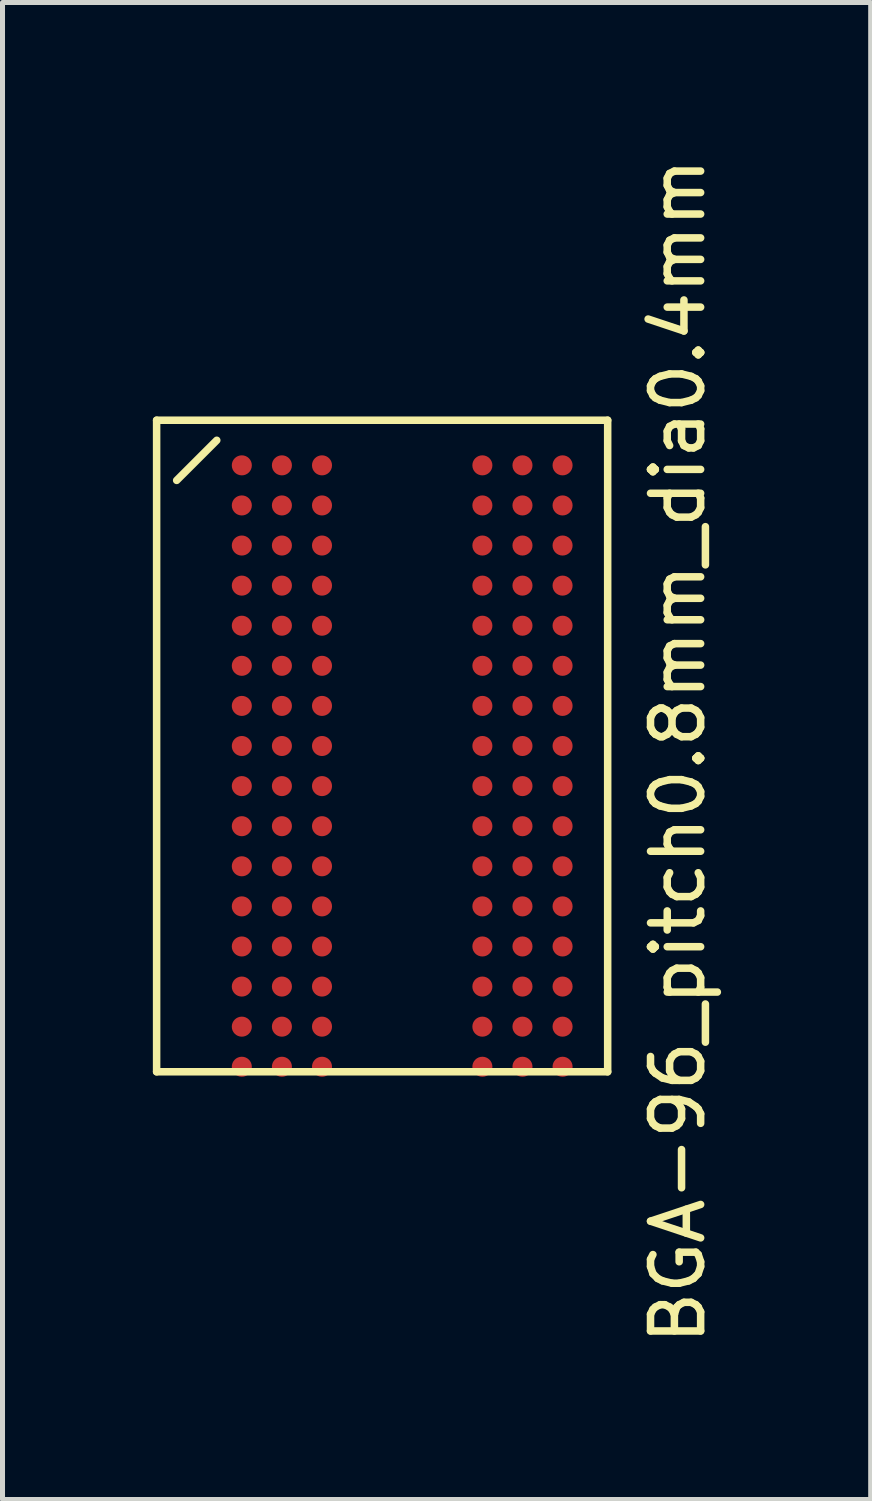
<source format=kicad_pcb>
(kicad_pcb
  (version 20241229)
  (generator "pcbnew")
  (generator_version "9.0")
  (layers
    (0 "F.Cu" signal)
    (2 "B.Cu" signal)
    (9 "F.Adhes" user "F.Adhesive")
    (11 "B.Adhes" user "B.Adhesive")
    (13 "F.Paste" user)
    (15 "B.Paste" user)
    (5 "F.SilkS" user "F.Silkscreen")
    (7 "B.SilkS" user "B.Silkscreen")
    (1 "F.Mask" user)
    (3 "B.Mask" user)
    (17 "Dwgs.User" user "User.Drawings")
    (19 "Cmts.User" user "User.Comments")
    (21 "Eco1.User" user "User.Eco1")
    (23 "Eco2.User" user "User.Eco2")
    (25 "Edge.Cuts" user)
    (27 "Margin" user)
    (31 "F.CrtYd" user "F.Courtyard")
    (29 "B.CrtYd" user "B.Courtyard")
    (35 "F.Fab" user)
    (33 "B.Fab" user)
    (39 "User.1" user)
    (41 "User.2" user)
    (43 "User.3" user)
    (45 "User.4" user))
  (footprint "BGA-96_pitch0.8mm_dia0.4mm"
    (layer "F.Cu")
    (at 4.575 11.835)
    (property "Reference" "BGA-96_pitch0.8mm_dia0.4mm" (at 5.9 0.1 90) (layer "F.SilkS") (effects (font (size 1 1) (thickness 0.15))))
    (attr smd)
    (fp_line (start -4.5 -6.5) (end 4.5 -6.5) (stroke (width 0.15) (type solid)) (layer "F.SilkS"))
    (fp_line (start -4.5 6.5) (end -4.5 -6.5) (stroke (width 0.15) (type solid)) (layer "F.SilkS"))
    (fp_line (start -4.1 -5.3) (end -3.3 -6.1) (stroke (width 0.15) (type solid)) (layer "F.SilkS"))
    (fp_line (start 4.5 -6.5) (end 4.5 6.5) (stroke (width 0.15) (type solid)) (layer "F.SilkS"))
    (fp_line (start 4.5 6.5) (end -4.5 6.5) (stroke (width 0.15) (type solid)) (layer "F.SilkS"))
    (pad "A1" smd circle (at -2.8 -5.6) (size 0.4 0.4) (layers "F.Cu" "F.Mask" "F.Paste"))
    (pad "A2" smd circle (at -2 -5.6) (size 0.4 0.4) (layers "F.Cu" "F.Mask" "F.Paste"))
    (pad "A3" smd circle (at -1.2 -5.6) (size 0.4 0.4) (layers "F.Cu" "F.Mask" "F.Paste"))
    (pad "A7" smd circle (at 2 -5.6) (size 0.4 0.4) (layers "F.Cu" "F.Mask" "F.Paste"))
    (pad "A8" smd circle (at 2.8 -5.6) (size 0.4 0.4) (layers "F.Cu" "F.Mask" "F.Paste"))
    (pad "A9" smd circle (at 3.6 -5.6) (size 0.4 0.4) (layers "F.Cu" "F.Mask" "F.Paste"))
    (pad "B1" smd circle (at -2.8 -4.8) (size 0.4 0.4) (layers "F.Cu" "F.Mask" "F.Paste"))
    (pad "B2" smd circle (at -2 -4.8) (size 0.4 0.4) (layers "F.Cu" "F.Mask" "F.Paste"))
    (pad "B3" smd circle (at -1.2 -4.8) (size 0.4 0.4) (layers "F.Cu" "F.Mask" "F.Paste"))
    (pad "B7" smd circle (at 2 -4.8) (size 0.4 0.4) (layers "F.Cu" "F.Mask" "F.Paste"))
    (pad "B8" smd circle (at 2.8 -4.8) (size 0.4 0.4) (layers "F.Cu" "F.Mask" "F.Paste"))
    (pad "B9" smd circle (at 3.6 -4.8) (size 0.4 0.4) (layers "F.Cu" "F.Mask" "F.Paste"))
    (pad "C1" smd circle (at -2.8 -4) (size 0.4 0.4) (layers "F.Cu" "F.Mask" "F.Paste"))
    (pad "C2" smd circle (at -2 -4) (size 0.4 0.4) (layers "F.Cu" "F.Mask" "F.Paste"))
    (pad "C3" smd circle (at -1.2 -4) (size 0.4 0.4) (layers "F.Cu" "F.Mask" "F.Paste"))
    (pad "C7" smd circle (at 2 -4) (size 0.4 0.4) (layers "F.Cu" "F.Mask" "F.Paste"))
    (pad "C8" smd circle (at 2.8 -4) (size 0.4 0.4) (layers "F.Cu" "F.Mask" "F.Paste"))
    (pad "C9" smd circle (at 3.6 -4) (size 0.4 0.4) (layers "F.Cu" "F.Mask" "F.Paste"))
    (pad "D1" smd circle (at -2.8 -3.2) (size 0.4 0.4) (layers "F.Cu" "F.Mask" "F.Paste"))
    (pad "D2" smd circle (at -2 -3.2) (size 0.4 0.4) (layers "F.Cu" "F.Mask" "F.Paste"))
    (pad "D3" smd circle (at -1.2 -3.2) (size 0.4 0.4) (layers "F.Cu" "F.Mask" "F.Paste"))
    (pad "D7" smd circle (at 2 -3.2) (size 0.4 0.4) (layers "F.Cu" "F.Mask" "F.Paste"))
    (pad "D8" smd circle (at 2.8 -3.2) (size 0.4 0.4) (layers "F.Cu" "F.Mask" "F.Paste"))
    (pad "D9" smd circle (at 3.6 -3.2) (size 0.4 0.4) (layers "F.Cu" "F.Mask" "F.Paste"))
    (pad "E1" smd circle (at -2.8 -2.4) (size 0.4 0.4) (layers "F.Cu" "F.Mask" "F.Paste"))
    (pad "E2" smd circle (at -2 -2.4) (size 0.4 0.4) (layers "F.Cu" "F.Mask" "F.Paste"))
    (pad "E3" smd circle (at -1.2 -2.4) (size 0.4 0.4) (layers "F.Cu" "F.Mask" "F.Paste"))
    (pad "E7" smd circle (at 2 -2.4) (size 0.4 0.4) (layers "F.Cu" "F.Mask" "F.Paste"))
    (pad "E8" smd circle (at 2.8 -2.4) (size 0.4 0.4) (layers "F.Cu" "F.Mask" "F.Paste"))
    (pad "E9" smd circle (at 3.6 -2.4) (size 0.4 0.4) (layers "F.Cu" "F.Mask" "F.Paste"))
    (pad "F1" smd circle (at -2.8 -1.6) (size 0.4 0.4) (layers "F.Cu" "F.Mask" "F.Paste"))
    (pad "F2" smd circle (at -2 -1.6) (size 0.4 0.4) (layers "F.Cu" "F.Mask" "F.Paste"))
    (pad "F3" smd circle (at -1.2 -1.6) (size 0.4 0.4) (layers "F.Cu" "F.Mask" "F.Paste"))
    (pad "F7" smd circle (at 2 -1.6) (size 0.4 0.4) (layers "F.Cu" "F.Mask" "F.Paste"))
    (pad "F8" smd circle (at 2.8 -1.6) (size 0.4 0.4) (layers "F.Cu" "F.Mask" "F.Paste"))
    (pad "F9" smd circle (at 3.6 -1.6) (size 0.4 0.4) (layers "F.Cu" "F.Mask" "F.Paste"))
    (pad "G1" smd circle (at -2.8 -0.8) (size 0.4 0.4) (layers "F.Cu" "F.Mask" "F.Paste"))
    (pad "G2" smd circle (at -2 -0.8) (size 0.4 0.4) (layers "F.Cu" "F.Mask" "F.Paste"))
    (pad "G3" smd circle (at -1.2 -0.8) (size 0.4 0.4) (layers "F.Cu" "F.Mask" "F.Paste"))
    (pad "G7" smd circle (at 2 -0.8) (size 0.4 0.4) (layers "F.Cu" "F.Mask" "F.Paste"))
    (pad "G8" smd circle (at 2.8 -0.8) (size 0.4 0.4) (layers "F.Cu" "F.Mask" "F.Paste"))
    (pad "G9" smd circle (at 3.6 -0.8) (size 0.4 0.4) (layers "F.Cu" "F.Mask" "F.Paste"))
    (pad "H1" smd circle (at -2.8 0) (size 0.4 0.4) (layers "F.Cu" "F.Mask" "F.Paste"))
    (pad "H2" smd circle (at -2 0) (size 0.4 0.4) (layers "F.Cu" "F.Mask" "F.Paste"))
    (pad "H3" smd circle (at -1.2 0) (size 0.4 0.4) (layers "F.Cu" "F.Mask" "F.Paste"))
    (pad "H7" smd circle (at 2 0) (size 0.4 0.4) (layers "F.Cu" "F.Mask" "F.Paste"))
    (pad "H8" smd circle (at 2.8 0) (size 0.4 0.4) (layers "F.Cu" "F.Mask" "F.Paste"))
    (pad "H9" smd circle (at 3.6 0) (size 0.4 0.4) (layers "F.Cu" "F.Mask" "F.Paste"))
    (pad "J1" smd circle (at -2.8 0.8) (size 0.4 0.4) (layers "F.Cu" "F.Mask" "F.Paste"))
    (pad "J2" smd circle (at -2 0.8) (size 0.4 0.4) (layers "F.Cu" "F.Mask" "F.Paste"))
    (pad "J3" smd circle (at -1.2 0.8) (size 0.4 0.4) (layers "F.Cu" "F.Mask" "F.Paste"))
    (pad "J7" smd circle (at 2 0.8) (size 0.4 0.4) (layers "F.Cu" "F.Mask" "F.Paste"))
    (pad "J8" smd circle (at 2.8 0.8) (size 0.4 0.4) (layers "F.Cu" "F.Mask" "F.Paste"))
    (pad "J9" smd circle (at 3.6 0.8) (size 0.4 0.4) (layers "F.Cu" "F.Mask" "F.Paste"))
    (pad "K1" smd circle (at -2.8 1.6) (size 0.4 0.4) (layers "F.Cu" "F.Mask" "F.Paste"))
    (pad "K2" smd circle (at -2 1.6) (size 0.4 0.4) (layers "F.Cu" "F.Mask" "F.Paste"))
    (pad "K3" smd circle (at -1.2 1.6) (size 0.4 0.4) (layers "F.Cu" "F.Mask" "F.Paste"))
    (pad "K7" smd circle (at 2 1.6) (size 0.4 0.4) (layers "F.Cu" "F.Mask" "F.Paste"))
    (pad "K8" smd circle (at 2.8 1.6) (size 0.4 0.4) (layers "F.Cu" "F.Mask" "F.Paste"))
    (pad "K9" smd circle (at 3.6 1.6) (size 0.4 0.4) (layers "F.Cu" "F.Mask" "F.Paste"))
    (pad "L1" smd circle (at -2.8 2.4) (size 0.4 0.4) (layers "F.Cu" "F.Mask" "F.Paste"))
    (pad "L2" smd circle (at -2 2.4) (size 0.4 0.4) (layers "F.Cu" "F.Mask" "F.Paste"))
    (pad "L3" smd circle (at -1.2 2.4) (size 0.4 0.4) (layers "F.Cu" "F.Mask" "F.Paste"))
    (pad "L7" smd circle (at 2 2.4) (size 0.4 0.4) (layers "F.Cu" "F.Mask" "F.Paste"))
    (pad "L8" smd circle (at 2.8 2.4) (size 0.4 0.4) (layers "F.Cu" "F.Mask" "F.Paste"))
    (pad "L9" smd circle (at 3.6 2.4) (size 0.4 0.4) (layers "F.Cu" "F.Mask" "F.Paste"))
    (pad "M1" smd circle (at -2.8 3.2) (size 0.4 0.4) (layers "F.Cu" "F.Mask" "F.Paste"))
    (pad "M2" smd circle (at -2 3.2) (size 0.4 0.4) (layers "F.Cu" "F.Mask" "F.Paste"))
    (pad "M3" smd circle (at -1.2 3.2) (size 0.4 0.4) (layers "F.Cu" "F.Mask" "F.Paste"))
    (pad "M7" smd circle (at 2 3.2) (size 0.4 0.4) (layers "F.Cu" "F.Mask" "F.Paste"))
    (pad "M8" smd circle (at 2.8 3.2) (size 0.4 0.4) (layers "F.Cu" "F.Mask" "F.Paste"))
    (pad "M9" smd circle (at 3.6 3.2) (size 0.4 0.4) (layers "F.Cu" "F.Mask" "F.Paste"))
    (pad "N1" smd circle (at -2.8 4) (size 0.4 0.4) (layers "F.Cu" "F.Mask" "F.Paste"))
    (pad "N2" smd circle (at -2 4) (size 0.4 0.4) (layers "F.Cu" "F.Mask" "F.Paste"))
    (pad "N3" smd circle (at -1.2 4) (size 0.4 0.4) (layers "F.Cu" "F.Mask" "F.Paste"))
    (pad "N7" smd circle (at 2 4) (size 0.4 0.4) (layers "F.Cu" "F.Mask" "F.Paste"))
    (pad "N8" smd circle (at 2.8 4) (size 0.4 0.4) (layers "F.Cu" "F.Mask" "F.Paste"))
    (pad "N9" smd circle (at 3.6 4) (size 0.4 0.4) (layers "F.Cu" "F.Mask" "F.Paste"))
    (pad "P1" smd circle (at -2.8 4.8) (size 0.4 0.4) (layers "F.Cu" "F.Mask" "F.Paste"))
    (pad "P2" smd circle (at -2 4.8) (size 0.4 0.4) (layers "F.Cu" "F.Mask" "F.Paste"))
    (pad "P3" smd circle (at -1.2 4.8) (size 0.4 0.4) (layers "F.Cu" "F.Mask" "F.Paste"))
    (pad "P7" smd circle (at 2 4.8) (size 0.4 0.4) (layers "F.Cu" "F.Mask" "F.Paste"))
    (pad "P8" smd circle (at 2.8 4.8) (size 0.4 0.4) (layers "F.Cu" "F.Mask" "F.Paste"))
    (pad "P9" smd circle (at 3.6 4.8) (size 0.4 0.4) (layers "F.Cu" "F.Mask" "F.Paste"))
    (pad "R1" smd circle (at -2.8 5.6) (size 0.4 0.4) (layers "F.Cu" "F.Mask" "F.Paste"))
    (pad "R2" smd circle (at -2 5.6) (size 0.4 0.4) (layers "F.Cu" "F.Mask" "F.Paste"))
    (pad "R3" smd circle (at -1.2 5.6) (size 0.4 0.4) (layers "F.Cu" "F.Mask" "F.Paste"))
    (pad "R7" smd circle (at 2 5.6) (size 0.4 0.4) (layers "F.Cu" "F.Mask" "F.Paste"))
    (pad "R8" smd circle (at 2.8 5.6) (size 0.4 0.4) (layers "F.Cu" "F.Mask" "F.Paste"))
    (pad "R9" smd circle (at 3.6 5.6) (size 0.4 0.4) (layers "F.Cu" "F.Mask" "F.Paste"))
    (pad "T1" smd circle (at -2.8 6.4) (size 0.4 0.4) (layers "F.Cu" "F.Mask" "F.Paste"))
    (pad "T2" smd circle (at -2 6.4) (size 0.4 0.4) (layers "F.Cu" "F.Mask" "F.Paste"))
    (pad "T3" smd circle (at -1.2 6.4) (size 0.4 0.4) (layers "F.Cu" "F.Mask" "F.Paste"))
    (pad "T7" smd circle (at 2 6.4) (size 0.4 0.4) (layers "F.Cu" "F.Mask" "F.Paste"))
    (pad "T8" smd circle (at 2.8 6.4) (size 0.4 0.4) (layers "F.Cu" "F.Mask" "F.Paste"))
    (pad "T9" smd circle (at 3.6 6.4) (size 0.4 0.4) (layers "F.Cu" "F.Mask" "F.Paste")))
  (gr_rect
    (start -3 -3)
    (end 14.323 26.869)
    (stroke (width 0.1) (type default))
    (fill no)
    (layer "Edge.Cuts")))
</source>
